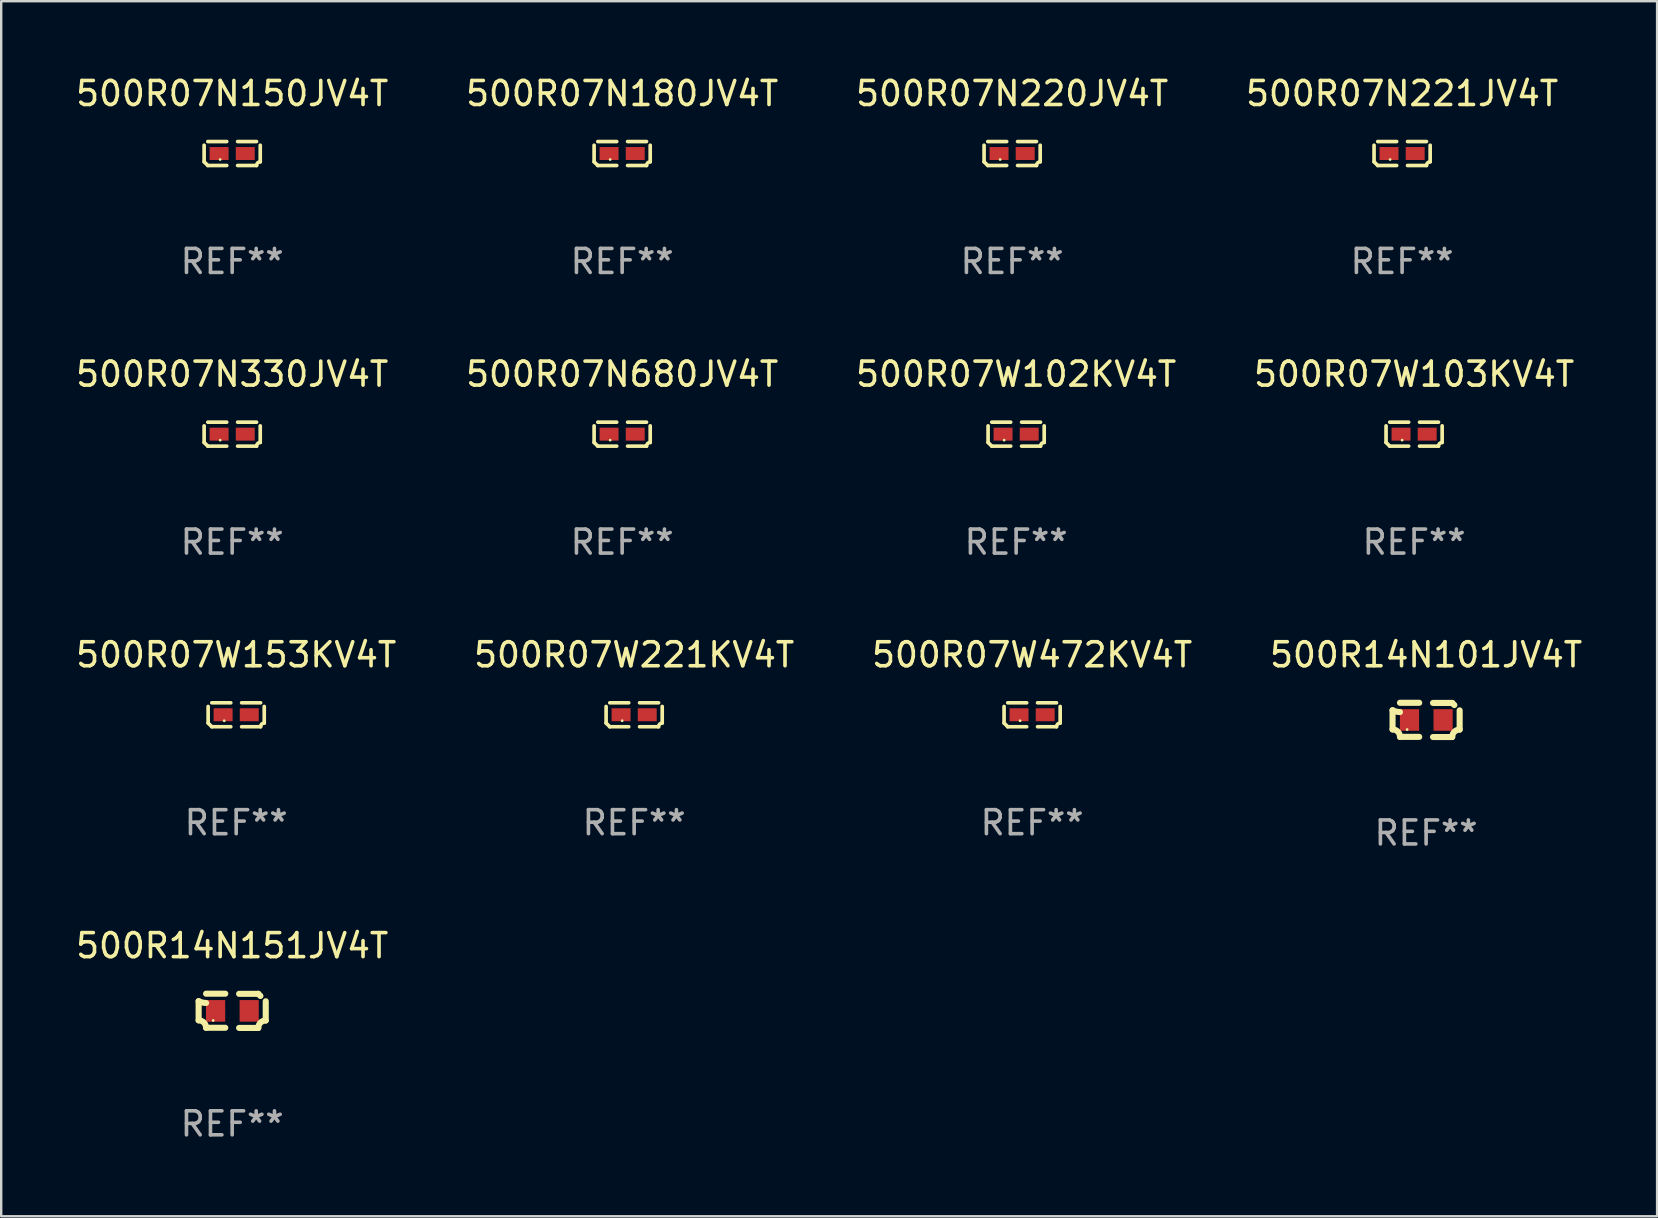
<source format=kicad_pcb>
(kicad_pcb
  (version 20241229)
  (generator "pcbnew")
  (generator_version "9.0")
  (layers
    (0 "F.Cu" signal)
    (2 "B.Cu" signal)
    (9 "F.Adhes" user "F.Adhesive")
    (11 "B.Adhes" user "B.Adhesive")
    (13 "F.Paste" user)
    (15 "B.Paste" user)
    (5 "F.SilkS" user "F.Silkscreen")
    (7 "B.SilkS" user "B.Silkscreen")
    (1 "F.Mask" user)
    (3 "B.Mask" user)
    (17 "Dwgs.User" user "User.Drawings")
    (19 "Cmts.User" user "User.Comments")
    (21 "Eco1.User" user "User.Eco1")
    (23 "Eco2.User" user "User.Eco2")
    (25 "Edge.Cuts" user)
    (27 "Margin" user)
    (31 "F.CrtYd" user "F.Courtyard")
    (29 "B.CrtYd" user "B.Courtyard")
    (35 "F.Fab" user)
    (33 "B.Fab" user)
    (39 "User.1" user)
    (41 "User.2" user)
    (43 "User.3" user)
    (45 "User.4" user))
  (footprint "500R07N220JV4T"
    (layer "F.Cu")
    (at 39.125 3.347)
    (property "Reference" "500R07N220JV4T" (at 0 -2.499 0) (layer "F.SilkS") (effects (font (size 1 1) (thickness 0.15))))
    (attr through_hole)
    (fp_line (start -1.169 0.346) (end -1.169 -0.346) (stroke (width 0.152) (type solid)) (layer "F.SilkS"))
    (fp_line (start -1.016 -0.499) (end -0.226 -0.499) (stroke (width 0.152) (type solid)) (layer "F.SilkS"))
    (fp_line (start -0.226 0.499) (end -1.016 0.499) (stroke (width 0.152) (type solid)) (layer "F.SilkS"))
    (fp_line (start 0.226 0.499) (end 1.016 0.499) (stroke (width 0.152) (type solid)) (layer "F.SilkS"))
    (fp_line (start 1.016 -0.499) (end 0.226 -0.499) (stroke (width 0.152) (type solid)) (layer "F.SilkS"))
    (fp_line (start 1.169 0.346) (end 1.169 -0.346) (stroke (width 0.152) (type solid)) (layer "F.SilkS"))
    (fp_arc (start -1.016307 0.498603) (mid -1.092512 0.422405) (end -1.16871 0.3462) (stroke (width 0.1524) (type solid)) (layer "F.SilkS"))
    (fp_arc (start 1.016307 0.498603) (mid 1.060899 0.390758) (end 1.168707 0.346076) (stroke (width 0.1524) (type solid)) (layer "F.SilkS"))
    (fp_circle (center -0.5 0.25) (end -0.47 0.25) (stroke (width 0.06) (type solid)) (fill no) (layer "F.SilkS"))
    (fp_text user "REF**" (at 0 4.499 0) (layer "F.Fab") (effects (font (size 1 1) (thickness 0.15))))
    (pad "1" smd rect (at -0.545 0) (size 0.79 0.54) (layers "F.Cu" "F.Mask" "F.Paste"))
    (pad "2" smd rect (at 0.545 0) (size 0.79 0.54) (layers "F.Cu" "F.Mask" "F.Paste")))
  (footprint "500R07N221JV4T"
    (layer "F.Cu")
    (at 55.375 3.347)
    (property "Reference" "500R07N221JV4T" (at 0 -2.499 0) (layer "F.SilkS") (effects (font (size 1 1) (thickness 0.15))))
    (attr through_hole)
    (fp_line (start -1.169 0.346) (end -1.169 -0.346) (stroke (width 0.152) (type solid)) (layer "F.SilkS"))
    (fp_line (start -1.016 -0.499) (end -0.226 -0.499) (stroke (width 0.152) (type solid)) (layer "F.SilkS"))
    (fp_line (start -0.226 0.499) (end -1.016 0.499) (stroke (width 0.152) (type solid)) (layer "F.SilkS"))
    (fp_line (start 0.226 0.499) (end 1.016 0.499) (stroke (width 0.152) (type solid)) (layer "F.SilkS"))
    (fp_line (start 1.016 -0.499) (end 0.226 -0.499) (stroke (width 0.152) (type solid)) (layer "F.SilkS"))
    (fp_line (start 1.169 0.346) (end 1.169 -0.346) (stroke (width 0.152) (type solid)) (layer "F.SilkS"))
    (fp_arc (start -1.016307 0.498603) (mid -1.092512 0.422405) (end -1.16871 0.3462) (stroke (width 0.1524) (type solid)) (layer "F.SilkS"))
    (fp_arc (start 1.016307 0.498603) (mid 1.060899 0.390758) (end 1.168707 0.346076) (stroke (width 0.1524) (type solid)) (layer "F.SilkS"))
    (fp_circle (center -0.5 0.25) (end -0.47 0.25) (stroke (width 0.06) (type solid)) (fill no) (layer "F.SilkS"))
    (fp_text user "REF**" (at 0 4.499 0) (layer "F.Fab") (effects (font (size 1 1) (thickness 0.15))))
    (pad "1" smd rect (at -0.545 0) (size 0.79 0.54) (layers "F.Cu" "F.Mask" "F.Paste"))
    (pad "2" smd rect (at 0.545 0) (size 0.79 0.54) (layers "F.Cu" "F.Mask" "F.Paste")))
  (footprint "500R07W102KV4T"
    (layer "F.Cu")
    (at 39.292 15.041)
    (property "Reference" "500R07W102KV4T" (at 0 -2.499 0) (layer "F.SilkS") (effects (font (size 1 1) (thickness 0.15))))
    (attr through_hole)
    (fp_line (start -1.169 0.346) (end -1.169 -0.346) (stroke (width 0.152) (type solid)) (layer "F.SilkS"))
    (fp_line (start -1.016 -0.499) (end -0.226 -0.499) (stroke (width 0.152) (type solid)) (layer "F.SilkS"))
    (fp_line (start -0.226 0.499) (end -1.016 0.499) (stroke (width 0.152) (type solid)) (layer "F.SilkS"))
    (fp_line (start 0.226 0.499) (end 1.016 0.499) (stroke (width 0.152) (type solid)) (layer "F.SilkS"))
    (fp_line (start 1.016 -0.499) (end 0.226 -0.499) (stroke (width 0.152) (type solid)) (layer "F.SilkS"))
    (fp_line (start 1.169 0.346) (end 1.169 -0.346) (stroke (width 0.152) (type solid)) (layer "F.SilkS"))
    (fp_arc (start -1.016307 0.498603) (mid -1.092512 0.422405) (end -1.16871 0.3462) (stroke (width 0.1524) (type solid)) (layer "F.SilkS"))
    (fp_arc (start 1.016307 0.498603) (mid 1.060899 0.390758) (end 1.168707 0.346076) (stroke (width 0.1524) (type solid)) (layer "F.SilkS"))
    (fp_circle (center -0.5 0.25) (end -0.47 0.25) (stroke (width 0.06) (type solid)) (fill no) (layer "F.SilkS"))
    (fp_text user "REF**" (at 0 4.499 0) (layer "F.Fab") (effects (font (size 1 1) (thickness 0.15))))
    (pad "1" smd rect (at -0.545 0) (size 0.79 0.54) (layers "F.Cu" "F.Mask" "F.Paste"))
    (pad "2" smd rect (at 0.545 0) (size 0.79 0.54) (layers "F.Cu" "F.Mask" "F.Paste")))
  (footprint "500R14N151JV4T"
    (layer "F.Cu")
    (at 6.625 39.07)
    (property "Reference" "500R14N151JV4T" (at 0 -2.713 0) (layer "F.SilkS") (effects (font (size 1 1) (thickness 0.15))))
    (attr through_hole)
    (fp_line (start -1.398 -0.403) (end -1.398 0.397) (stroke (width 0.254) (type solid)) (layer "F.SilkS"))
    (fp_line (start -0.288 -0.713) (end -1.088 -0.713) (stroke (width 0.254) (type solid)) (layer "F.SilkS"))
    (fp_line (start -0.288 0.707) (end -1.088 0.707) (stroke (width 0.254) (type solid)) (layer "F.SilkS"))
    (fp_line (start 0.288 -0.707) (end 1.088 -0.707) (stroke (width 0.254) (type solid)) (layer "F.SilkS"))
    (fp_line (start 0.288 0.713) (end 1.088 0.713) (stroke (width 0.254) (type solid)) (layer "F.SilkS"))
    (fp_line (start 1.398 -0.397) (end 1.398 0.403) (stroke (width 0.254) (type solid)) (layer "F.SilkS"))
    (fp_arc (start -1.397789 0.397066) (mid -1.178701 0.487826) (end -1.08796 0.706922) (stroke (width 0.254001) (type solid)) (layer "F.SilkS"))
    (fp_arc (start -1.08796 -0.327176) (mid -1.247436 -0.346384) (end -1.39779 -0.402908) (stroke (width 0.254001) (type solid)) (layer "F.SilkS"))
    (fp_arc (start 1.087909 0.712738) (mid 1.178656 0.493655) (end 1.397739 0.402908) (stroke (width 0.254001) (type solid)) (layer "F.SilkS"))
    (fp_arc (start 1.175925 -0.618926) (mid 1.131917 -0.662923) (end 1.08791 -0.706922) (stroke (width 0.254001) (type solid)) (layer "F.SilkS"))
    (fp_circle (center -0.792 0.403) (end -0.762 0.403) (stroke (width 0.06) (type solid)) (fill no) (layer "F.SilkS"))
    (fp_text user "REF**" (at 0 4.713 0) (layer "F.Fab") (effects (font (size 1 1) (thickness 0.15))))
    (pad "1" smd rect (at -0.692 0.003) (size 0.8 0.9) (layers "F.Cu" "F.Mask" "F.Paste"))
    (pad "2" smd rect (at 0.708 0.003) (size 0.8 0.9) (layers "F.Cu" "F.Mask" "F.Paste")))
  (footprint "500R07W472KV4T"
    (layer "F.Cu")
    (at 39.958 26.734)
    (property "Reference" "500R07W472KV4T" (at 0 -2.499 0) (layer "F.SilkS") (effects (font (size 1 1) (thickness 0.15))))
    (attr through_hole)
    (fp_line (start -1.169 0.346) (end -1.169 -0.346) (stroke (width 0.152) (type solid)) (layer "F.SilkS"))
    (fp_line (start -1.016 -0.499) (end -0.226 -0.499) (stroke (width 0.152) (type solid)) (layer "F.SilkS"))
    (fp_line (start -0.226 0.499) (end -1.016 0.499) (stroke (width 0.152) (type solid)) (layer "F.SilkS"))
    (fp_line (start 0.226 0.499) (end 1.016 0.499) (stroke (width 0.152) (type solid)) (layer "F.SilkS"))
    (fp_line (start 1.016 -0.499) (end 0.226 -0.499) (stroke (width 0.152) (type solid)) (layer "F.SilkS"))
    (fp_line (start 1.169 0.346) (end 1.169 -0.346) (stroke (width 0.152) (type solid)) (layer "F.SilkS"))
    (fp_arc (start -1.016307 0.498603) (mid -1.092512 0.422405) (end -1.16871 0.3462) (stroke (width 0.1524) (type solid)) (layer "F.SilkS"))
    (fp_arc (start 1.016307 0.498603) (mid 1.060899 0.390758) (end 1.168707 0.346076) (stroke (width 0.1524) (type solid)) (layer "F.SilkS"))
    (fp_circle (center -0.5 0.25) (end -0.47 0.25) (stroke (width 0.06) (type solid)) (fill no) (layer "F.SilkS"))
    (fp_text user "REF**" (at 0 4.499 0) (layer "F.Fab") (effects (font (size 1 1) (thickness 0.15))))
    (pad "1" smd rect (at -0.545 0) (size 0.79 0.54) (layers "F.Cu" "F.Mask" "F.Paste"))
    (pad "2" smd rect (at 0.545 0) (size 0.79 0.54) (layers "F.Cu" "F.Mask" "F.Paste")))
  (footprint "500R07N680JV4T"
    (layer "F.Cu")
    (at 22.875 15.041)
    (property "Reference" "500R07N680JV4T" (at 0 -2.499 0) (layer "F.SilkS") (effects (font (size 1 1) (thickness 0.15))))
    (attr through_hole)
    (fp_line (start -1.169 0.346) (end -1.169 -0.346) (stroke (width 0.152) (type solid)) (layer "F.SilkS"))
    (fp_line (start -1.016 -0.499) (end -0.226 -0.499) (stroke (width 0.152) (type solid)) (layer "F.SilkS"))
    (fp_line (start -0.226 0.499) (end -1.016 0.499) (stroke (width 0.152) (type solid)) (layer "F.SilkS"))
    (fp_line (start 0.226 0.499) (end 1.016 0.499) (stroke (width 0.152) (type solid)) (layer "F.SilkS"))
    (fp_line (start 1.016 -0.499) (end 0.226 -0.499) (stroke (width 0.152) (type solid)) (layer "F.SilkS"))
    (fp_line (start 1.169 0.346) (end 1.169 -0.346) (stroke (width 0.152) (type solid)) (layer "F.SilkS"))
    (fp_arc (start -1.016307 0.498603) (mid -1.092512 0.422405) (end -1.16871 0.3462) (stroke (width 0.1524) (type solid)) (layer "F.SilkS"))
    (fp_arc (start 1.016307 0.498603) (mid 1.060899 0.390758) (end 1.168707 0.346076) (stroke (width 0.1524) (type solid)) (layer "F.SilkS"))
    (fp_circle (center -0.5 0.25) (end -0.47 0.25) (stroke (width 0.06) (type solid)) (fill no) (layer "F.SilkS"))
    (fp_text user "REF**" (at 0 4.499 0) (layer "F.Fab") (effects (font (size 1 1) (thickness 0.15))))
    (pad "1" smd rect (at -0.545 0) (size 0.79 0.54) (layers "F.Cu" "F.Mask" "F.Paste"))
    (pad "2" smd rect (at 0.545 0) (size 0.79 0.54) (layers "F.Cu" "F.Mask" "F.Paste")))
  (footprint "500R07W153KV4T"
    (layer "F.Cu")
    (at 6.792 26.734)
    (property "Reference" "500R07W153KV4T" (at 0 -2.499 0) (layer "F.SilkS") (effects (font (size 1 1) (thickness 0.15))))
    (attr through_hole)
    (fp_line (start -1.169 0.346) (end -1.169 -0.346) (stroke (width 0.152) (type solid)) (layer "F.SilkS"))
    (fp_line (start -1.016 -0.499) (end -0.226 -0.499) (stroke (width 0.152) (type solid)) (layer "F.SilkS"))
    (fp_line (start -0.226 0.499) (end -1.016 0.499) (stroke (width 0.152) (type solid)) (layer "F.SilkS"))
    (fp_line (start 0.226 0.499) (end 1.016 0.499) (stroke (width 0.152) (type solid)) (layer "F.SilkS"))
    (fp_line (start 1.016 -0.499) (end 0.226 -0.499) (stroke (width 0.152) (type solid)) (layer "F.SilkS"))
    (fp_line (start 1.169 0.346) (end 1.169 -0.346) (stroke (width 0.152) (type solid)) (layer "F.SilkS"))
    (fp_arc (start -1.016307 0.498603) (mid -1.092512 0.422405) (end -1.16871 0.3462) (stroke (width 0.1524) (type solid)) (layer "F.SilkS"))
    (fp_arc (start 1.016307 0.498603) (mid 1.060899 0.390758) (end 1.168707 0.346076) (stroke (width 0.1524) (type solid)) (layer "F.SilkS"))
    (fp_circle (center -0.5 0.25) (end -0.47 0.25) (stroke (width 0.06) (type solid)) (fill no) (layer "F.SilkS"))
    (fp_text user "REF**" (at 0 4.499 0) (layer "F.Fab") (effects (font (size 1 1) (thickness 0.15))))
    (pad "1" smd rect (at -0.545 0) (size 0.79 0.54) (layers "F.Cu" "F.Mask" "F.Paste"))
    (pad "2" smd rect (at 0.545 0) (size 0.79 0.54) (layers "F.Cu" "F.Mask" "F.Paste")))
  (footprint "500R07W103KV4T"
    (layer "F.Cu")
    (at 55.875 15.041)
    (property "Reference" "500R07W103KV4T" (at 0 -2.499 0) (layer "F.SilkS") (effects (font (size 1 1) (thickness 0.15))))
    (attr through_hole)
    (fp_line (start -1.169 0.346) (end -1.169 -0.346) (stroke (width 0.152) (type solid)) (layer "F.SilkS"))
    (fp_line (start -1.016 -0.499) (end -0.226 -0.499) (stroke (width 0.152) (type solid)) (layer "F.SilkS"))
    (fp_line (start -0.226 0.499) (end -1.016 0.499) (stroke (width 0.152) (type solid)) (layer "F.SilkS"))
    (fp_line (start 0.226 0.499) (end 1.016 0.499) (stroke (width 0.152) (type solid)) (layer "F.SilkS"))
    (fp_line (start 1.016 -0.499) (end 0.226 -0.499) (stroke (width 0.152) (type solid)) (layer "F.SilkS"))
    (fp_line (start 1.169 0.346) (end 1.169 -0.346) (stroke (width 0.152) (type solid)) (layer "F.SilkS"))
    (fp_arc (start -1.016307 0.498603) (mid -1.092512 0.422405) (end -1.16871 0.3462) (stroke (width 0.1524) (type solid)) (layer "F.SilkS"))
    (fp_arc (start 1.016307 0.498603) (mid 1.060899 0.390758) (end 1.168707 0.346076) (stroke (width 0.1524) (type solid)) (layer "F.SilkS"))
    (fp_circle (center -0.5 0.25) (end -0.47 0.25) (stroke (width 0.06) (type solid)) (fill no) (layer "F.SilkS"))
    (fp_text user "REF**" (at 0 4.499 0) (layer "F.Fab") (effects (font (size 1 1) (thickness 0.15))))
    (pad "1" smd rect (at -0.545 0) (size 0.79 0.54) (layers "F.Cu" "F.Mask" "F.Paste"))
    (pad "2" smd rect (at 0.545 0) (size 0.79 0.54) (layers "F.Cu" "F.Mask" "F.Paste")))
  (footprint "500R07W221KV4T"
    (layer "F.Cu")
    (at 23.375 26.734)
    (property "Reference" "500R07W221KV4T" (at 0 -2.499 0) (layer "F.SilkS") (effects (font (size 1 1) (thickness 0.15))))
    (attr through_hole)
    (fp_line (start -1.169 0.346) (end -1.169 -0.346) (stroke (width 0.152) (type solid)) (layer "F.SilkS"))
    (fp_line (start -1.016 -0.499) (end -0.226 -0.499) (stroke (width 0.152) (type solid)) (layer "F.SilkS"))
    (fp_line (start -0.226 0.499) (end -1.016 0.499) (stroke (width 0.152) (type solid)) (layer "F.SilkS"))
    (fp_line (start 0.226 0.499) (end 1.016 0.499) (stroke (width 0.152) (type solid)) (layer "F.SilkS"))
    (fp_line (start 1.016 -0.499) (end 0.226 -0.499) (stroke (width 0.152) (type solid)) (layer "F.SilkS"))
    (fp_line (start 1.169 0.346) (end 1.169 -0.346) (stroke (width 0.152) (type solid)) (layer "F.SilkS"))
    (fp_arc (start -1.016307 0.498603) (mid -1.092512 0.422405) (end -1.16871 0.3462) (stroke (width 0.1524) (type solid)) (layer "F.SilkS"))
    (fp_arc (start 1.016307 0.498603) (mid 1.060899 0.390758) (end 1.168707 0.346076) (stroke (width 0.1524) (type solid)) (layer "F.SilkS"))
    (fp_circle (center -0.5 0.25) (end -0.47 0.25) (stroke (width 0.06) (type solid)) (fill no) (layer "F.SilkS"))
    (fp_text user "REF**" (at 0 4.499 0) (layer "F.Fab") (effects (font (size 1 1) (thickness 0.15))))
    (pad "1" smd rect (at -0.545 0) (size 0.79 0.54) (layers "F.Cu" "F.Mask" "F.Paste"))
    (pad "2" smd rect (at 0.545 0) (size 0.79 0.54) (layers "F.Cu" "F.Mask" "F.Paste")))
  (footprint "500R07N150JV4T"
    (layer "F.Cu")
    (at 6.625 3.347)
    (property "Reference" "500R07N150JV4T" (at 0 -2.499 0) (layer "F.SilkS") (effects (font (size 1 1) (thickness 0.15))))
    (attr through_hole)
    (fp_line (start -1.169 0.346) (end -1.169 -0.346) (stroke (width 0.152) (type solid)) (layer "F.SilkS"))
    (fp_line (start -1.016 -0.499) (end -0.226 -0.499) (stroke (width 0.152) (type solid)) (layer "F.SilkS"))
    (fp_line (start -0.226 0.499) (end -1.016 0.499) (stroke (width 0.152) (type solid)) (layer "F.SilkS"))
    (fp_line (start 0.226 0.499) (end 1.016 0.499) (stroke (width 0.152) (type solid)) (layer "F.SilkS"))
    (fp_line (start 1.016 -0.499) (end 0.226 -0.499) (stroke (width 0.152) (type solid)) (layer "F.SilkS"))
    (fp_line (start 1.169 0.346) (end 1.169 -0.346) (stroke (width 0.152) (type solid)) (layer "F.SilkS"))
    (fp_arc (start -1.016307 0.498603) (mid -1.092512 0.422405) (end -1.16871 0.3462) (stroke (width 0.1524) (type solid)) (layer "F.SilkS"))
    (fp_arc (start 1.016307 0.498603) (mid 1.060899 0.390758) (end 1.168707 0.346076) (stroke (width 0.1524) (type solid)) (layer "F.SilkS"))
    (fp_circle (center -0.5 0.25) (end -0.47 0.25) (stroke (width 0.06) (type solid)) (fill no) (layer "F.SilkS"))
    (fp_text user "REF**" (at 0 4.499 0) (layer "F.Fab") (effects (font (size 1 1) (thickness 0.15))))
    (pad "1" smd rect (at -0.545 0) (size 0.79 0.54) (layers "F.Cu" "F.Mask" "F.Paste"))
    (pad "2" smd rect (at 0.545 0) (size 0.79 0.54) (layers "F.Cu" "F.Mask" "F.Paste")))
  (footprint "500R14N101JV4T"
    (layer "F.Cu")
    (at 56.375 26.948)
    (property "Reference" "500R14N101JV4T" (at 0 -2.713 0) (layer "F.SilkS") (effects (font (size 1 1) (thickness 0.15))))
    (attr through_hole)
    (fp_line (start -1.398 -0.403) (end -1.398 0.397) (stroke (width 0.254) (type solid)) (layer "F.SilkS"))
    (fp_line (start -0.288 -0.713) (end -1.088 -0.713) (stroke (width 0.254) (type solid)) (layer "F.SilkS"))
    (fp_line (start -0.288 0.707) (end -1.088 0.707) (stroke (width 0.254) (type solid)) (layer "F.SilkS"))
    (fp_line (start 0.288 -0.707) (end 1.088 -0.707) (stroke (width 0.254) (type solid)) (layer "F.SilkS"))
    (fp_line (start 0.288 0.713) (end 1.088 0.713) (stroke (width 0.254) (type solid)) (layer "F.SilkS"))
    (fp_line (start 1.398 -0.397) (end 1.398 0.403) (stroke (width 0.254) (type solid)) (layer "F.SilkS"))
    (fp_arc (start -1.397789 0.397066) (mid -1.178701 0.487826) (end -1.08796 0.706922) (stroke (width 0.254001) (type solid)) (layer "F.SilkS"))
    (fp_arc (start -1.08796 -0.327176) (mid -1.247436 -0.346384) (end -1.39779 -0.402908) (stroke (width 0.254001) (type solid)) (layer "F.SilkS"))
    (fp_arc (start 1.087909 0.712738) (mid 1.178656 0.493655) (end 1.397739 0.402908) (stroke (width 0.254001) (type solid)) (layer "F.SilkS"))
    (fp_arc (start 1.175925 -0.618926) (mid 1.131917 -0.662923) (end 1.08791 -0.706922) (stroke (width 0.254001) (type solid)) (layer "F.SilkS"))
    (fp_circle (center -0.792 0.403) (end -0.762 0.403) (stroke (width 0.06) (type solid)) (fill no) (layer "F.SilkS"))
    (fp_text user "REF**" (at 0 4.713 0) (layer "F.Fab") (effects (font (size 1 1) (thickness 0.15))))
    (pad "1" smd rect (at -0.692 0.003) (size 0.8 0.9) (layers "F.Cu" "F.Mask" "F.Paste"))
    (pad "2" smd rect (at 0.708 0.003) (size 0.8 0.9) (layers "F.Cu" "F.Mask" "F.Paste")))
  (footprint "500R07N180JV4T"
    (layer "F.Cu")
    (at 22.875 3.347)
    (property "Reference" "500R07N180JV4T" (at 0 -2.499 0) (layer "F.SilkS") (effects (font (size 1 1) (thickness 0.15))))
    (attr through_hole)
    (fp_line (start -1.169 0.346) (end -1.169 -0.346) (stroke (width 0.152) (type solid)) (layer "F.SilkS"))
    (fp_line (start -1.016 -0.499) (end -0.226 -0.499) (stroke (width 0.152) (type solid)) (layer "F.SilkS"))
    (fp_line (start -0.226 0.499) (end -1.016 0.499) (stroke (width 0.152) (type solid)) (layer "F.SilkS"))
    (fp_line (start 0.226 0.499) (end 1.016 0.499) (stroke (width 0.152) (type solid)) (layer "F.SilkS"))
    (fp_line (start 1.016 -0.499) (end 0.226 -0.499) (stroke (width 0.152) (type solid)) (layer "F.SilkS"))
    (fp_line (start 1.169 0.346) (end 1.169 -0.346) (stroke (width 0.152) (type solid)) (layer "F.SilkS"))
    (fp_arc (start -1.016307 0.498603) (mid -1.092512 0.422405) (end -1.16871 0.3462) (stroke (width 0.1524) (type solid)) (layer "F.SilkS"))
    (fp_arc (start 1.016307 0.498603) (mid 1.060899 0.390758) (end 1.168707 0.346076) (stroke (width 0.1524) (type solid)) (layer "F.SilkS"))
    (fp_circle (center -0.5 0.25) (end -0.47 0.25) (stroke (width 0.06) (type solid)) (fill no) (layer "F.SilkS"))
    (fp_text user "REF**" (at 0 4.499 0) (layer "F.Fab") (effects (font (size 1 1) (thickness 0.15))))
    (pad "1" smd rect (at -0.545 0) (size 0.79 0.54) (layers "F.Cu" "F.Mask" "F.Paste"))
    (pad "2" smd rect (at 0.545 0) (size 0.79 0.54) (layers "F.Cu" "F.Mask" "F.Paste")))
  (footprint "500R07N330JV4T"
    (layer "F.Cu")
    (at 6.625 15.041)
    (property "Reference" "500R07N330JV4T" (at 0 -2.499 0) (layer "F.SilkS") (effects (font (size 1 1) (thickness 0.15))))
    (attr through_hole)
    (fp_line (start -1.169 0.346) (end -1.169 -0.346) (stroke (width 0.152) (type solid)) (layer "F.SilkS"))
    (fp_line (start -1.016 -0.499) (end -0.226 -0.499) (stroke (width 0.152) (type solid)) (layer "F.SilkS"))
    (fp_line (start -0.226 0.499) (end -1.016 0.499) (stroke (width 0.152) (type solid)) (layer "F.SilkS"))
    (fp_line (start 0.226 0.499) (end 1.016 0.499) (stroke (width 0.152) (type solid)) (layer "F.SilkS"))
    (fp_line (start 1.016 -0.499) (end 0.226 -0.499) (stroke (width 0.152) (type solid)) (layer "F.SilkS"))
    (fp_line (start 1.169 0.346) (end 1.169 -0.346) (stroke (width 0.152) (type solid)) (layer "F.SilkS"))
    (fp_arc (start -1.016307 0.498603) (mid -1.092512 0.422405) (end -1.16871 0.3462) (stroke (width 0.1524) (type solid)) (layer "F.SilkS"))
    (fp_arc (start 1.016307 0.498603) (mid 1.060899 0.390758) (end 1.168707 0.346076) (stroke (width 0.1524) (type solid)) (layer "F.SilkS"))
    (fp_circle (center -0.5 0.25) (end -0.47 0.25) (stroke (width 0.06) (type solid)) (fill no) (layer "F.SilkS"))
    (fp_text user "REF**" (at 0 4.499 0) (layer "F.Fab") (effects (font (size 1 1) (thickness 0.15))))
    (pad "1" smd rect (at -0.545 0) (size 0.79 0.54) (layers "F.Cu" "F.Mask" "F.Paste"))
    (pad "2" smd rect (at 0.545 0) (size 0.79 0.54) (layers "F.Cu" "F.Mask" "F.Paste")))
  (gr_rect
    (start -3 -3)
    (end 66 47.631)
    (stroke (width 0.1) (type default))
    (fill no)
    (layer "Edge.Cuts")))
</source>
